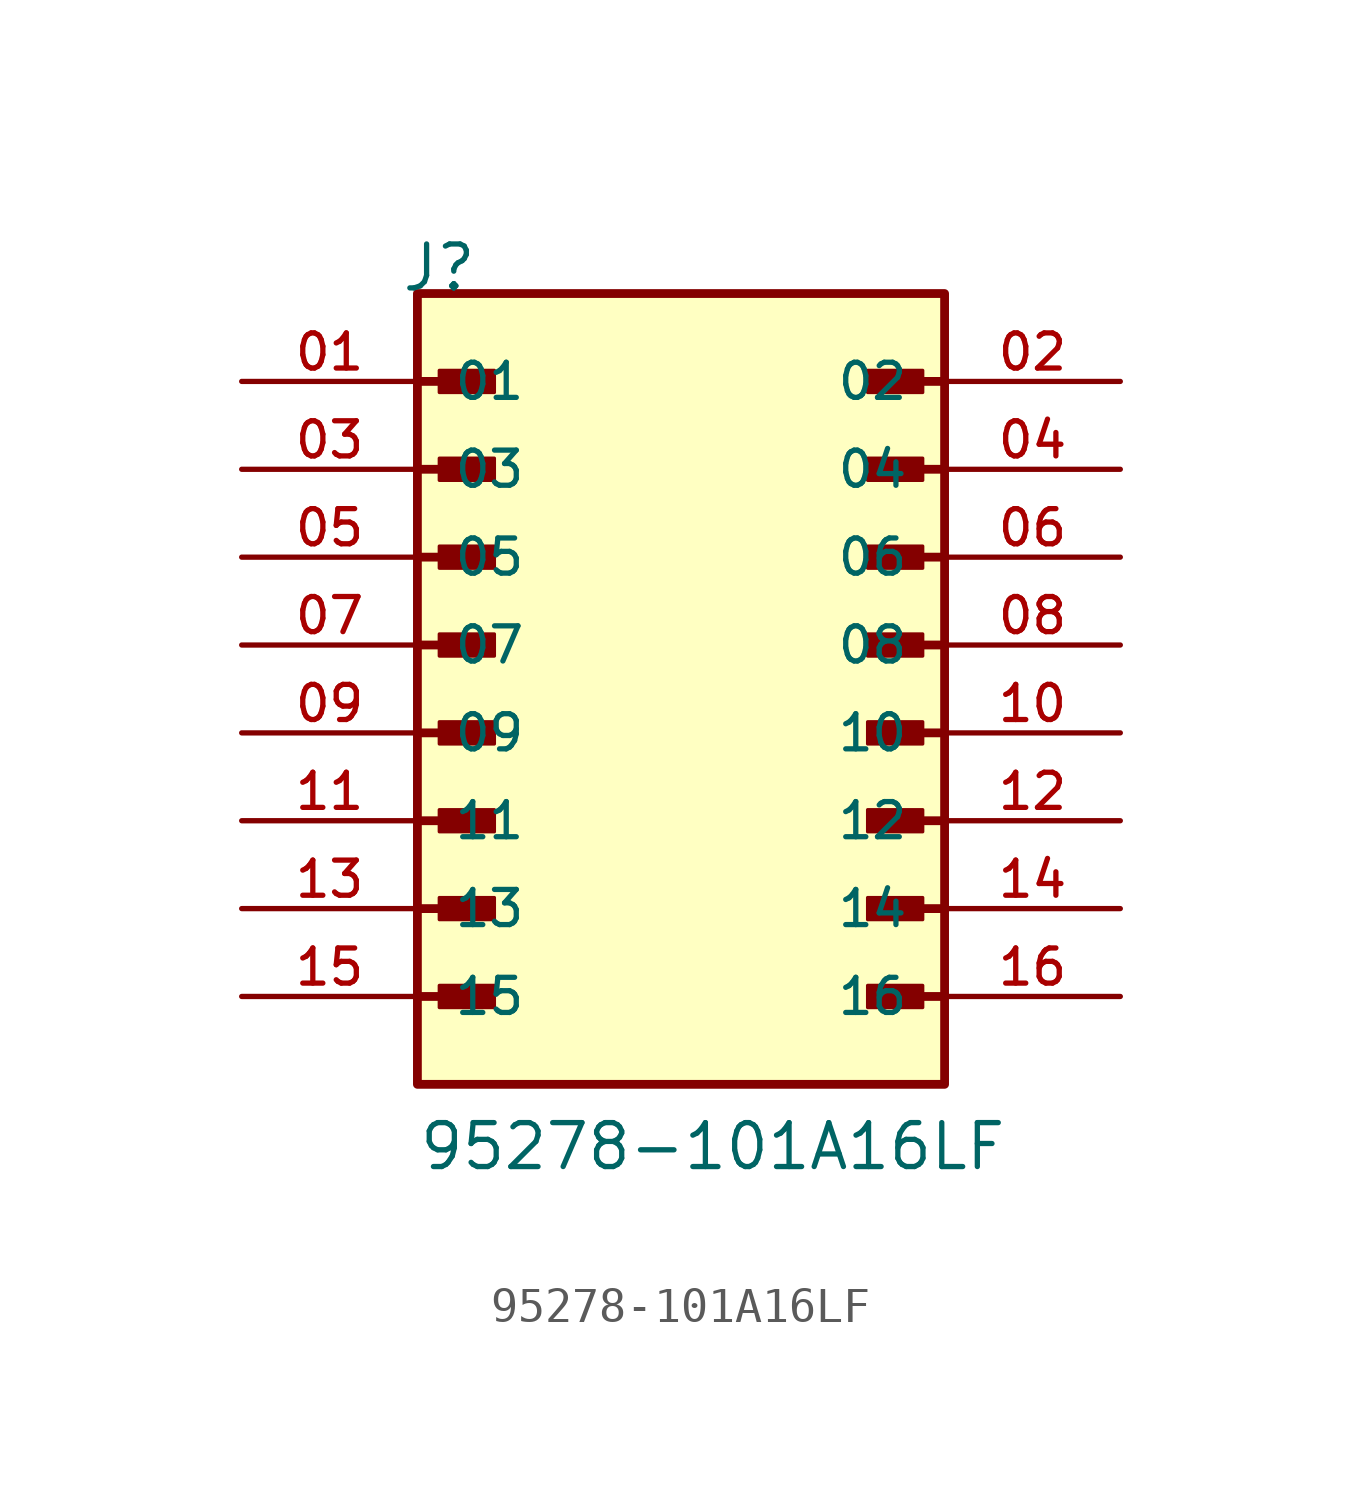
<source format=kicad_sym>
(kicad_symbol_lib
  (version 20211014)
  (generator kicad_symbol_editor)
  (symbol "95278-101A16LF"
    (pin_names
      (offset 1.016))
    (property "Reference" "J"
      (at -8.12 12.7 0)
      (effects (font (size 1.27 1.27)) (justify bottom left)))
    (property "Value" "95278-101A16LF"
      (at -7.62 -12.7 0)
      (effects (font (size 1.27 1.27)) (justify bottom left)))
    (symbol "95278-101A16LF_0_0"
      (polyline (pts (xy -7.62 10.16) (xy -5.715 10.16)) (stroke (width 0.254)))
      (rectangle (start -6.985 9.842) (end -5.397 10.477) (stroke (width 0.1)) (fill (type outline)))
      (polyline (pts (xy 7.62 10.16) (xy 5.715 10.16)) (stroke (width 0.254)))
      (rectangle (start 5.397 9.842) (end 6.985 10.477) (stroke (width 0.1)) (fill (type outline)))
      (polyline (pts (xy -7.62 7.62) (xy -5.715 7.62)) (stroke (width 0.254)))
      (rectangle (start -6.985 7.303) (end -5.397 7.938) (stroke (width 0.1)) (fill (type outline)))
      (polyline (pts (xy 7.62 7.62) (xy 5.715 7.62)) (stroke (width 0.254)))
      (rectangle (start 5.397 7.303) (end 6.985 7.938) (stroke (width 0.1)) (fill (type outline)))
      (polyline (pts (xy -7.62 5.08) (xy -5.715 5.08)) (stroke (width 0.254)))
      (rectangle (start -6.985 4.763) (end -5.397 5.397) (stroke (width 0.1)) (fill (type outline)))
      (polyline (pts (xy 7.62 5.08) (xy 5.715 5.08)) (stroke (width 0.254)))
      (rectangle (start 5.397 4.763) (end 6.985 5.397) (stroke (width 0.1)) (fill (type outline)))
      (polyline (pts (xy -7.62 2.54) (xy -5.715 2.54)) (stroke (width 0.254)))
      (rectangle (start -6.985 2.223) (end -5.397 2.857) (stroke (width 0.1)) (fill (type outline)))
      (polyline (pts (xy 7.62 2.54) (xy 5.715 2.54)) (stroke (width 0.254)))
      (rectangle (start 5.397 2.223) (end 6.985 2.857) (stroke (width 0.1)) (fill (type outline)))
      (polyline (pts (xy -7.62 0.0) (xy -5.715 0.0)) (stroke (width 0.254)))
      (rectangle (start -6.985 -0.318) (end -5.397 0.318) (stroke (width 0.1)) (fill (type outline)))
      (polyline (pts (xy 7.62 0.0) (xy 5.715 0.0)) (stroke (width 0.254)))
      (rectangle (start 5.397 -0.318) (end 6.985 0.318) (stroke (width 0.1)) (fill (type outline)))
      (polyline (pts (xy -7.62 -2.54) (xy -5.715 -2.54)) (stroke (width 0.254)))
      (rectangle (start -6.985 -2.857) (end -5.397 -2.223) (stroke (width 0.1)) (fill (type outline)))
      (polyline (pts (xy 7.62 -2.54) (xy 5.715 -2.54)) (stroke (width 0.254)))
      (rectangle (start 5.397 -2.857) (end 6.985 -2.223) (stroke (width 0.1)) (fill (type outline)))
      (polyline (pts (xy -7.62 -5.08) (xy -5.715 -5.08)) (stroke (width 0.254)))
      (rectangle (start -6.985 -5.397) (end -5.397 -4.763) (stroke (width 0.1)) (fill (type outline)))
      (polyline (pts (xy 7.62 -5.08) (xy 5.715 -5.08)) (stroke (width 0.254)))
      (rectangle (start 5.397 -5.397) (end 6.985 -4.763) (stroke (width 0.1)) (fill (type outline)))
      (polyline (pts (xy -7.62 -7.62) (xy -5.715 -7.62)) (stroke (width 0.254)))
      (rectangle (start -6.985 -7.938) (end -5.397 -7.303) (stroke (width 0.1)) (fill (type outline)))
      (polyline (pts (xy 7.62 -7.62) (xy 5.715 -7.62)) (stroke (width 0.254)))
      (rectangle (start 5.397 -7.938) (end 6.985 -7.303) (stroke (width 0.1)) (fill (type outline)))
      (rectangle (start -7.62 -10.16) (end 7.62 12.7) (stroke (width 0.254)) (fill (type background)))
      (pin passive line (at -12.7 10.16 0) (length 5.08) (name "01" (effects (font (size 1.016 1.016)))) (number "01" (effects (font (size 1.016 1.016)))))
      (pin passive line (at 12.7 10.16 180.0) (length 5.08) (name "02" (effects (font (size 1.016 1.016)))) (number "02" (effects (font (size 1.016 1.016)))))
      (pin passive line (at -12.7 7.62 0) (length 5.08) (name "03" (effects (font (size 1.016 1.016)))) (number "03" (effects (font (size 1.016 1.016)))))
      (pin passive line (at 12.7 7.62 180.0) (length 5.08) (name "04" (effects (font (size 1.016 1.016)))) (number "04" (effects (font (size 1.016 1.016)))))
      (pin passive line (at -12.7 5.08 0) (length 5.08) (name "05" (effects (font (size 1.016 1.016)))) (number "05" (effects (font (size 1.016 1.016)))))
      (pin passive line (at 12.7 5.08 180.0) (length 5.08) (name "06" (effects (font (size 1.016 1.016)))) (number "06" (effects (font (size 1.016 1.016)))))
      (pin passive line (at -12.7 2.54 0) (length 5.08) (name "07" (effects (font (size 1.016 1.016)))) (number "07" (effects (font (size 1.016 1.016)))))
      (pin passive line (at 12.7 2.54 180.0) (length 5.08) (name "08" (effects (font (size 1.016 1.016)))) (number "08" (effects (font (size 1.016 1.016)))))
      (pin passive line (at -12.7 0.0 0) (length 5.08) (name "09" (effects (font (size 1.016 1.016)))) (number "09" (effects (font (size 1.016 1.016)))))
      (pin passive line (at 12.7 0.0 180.0) (length 5.08) (name "10" (effects (font (size 1.016 1.016)))) (number "10" (effects (font (size 1.016 1.016)))))
      (pin passive line (at -12.7 -2.54 0) (length 5.08) (name "11" (effects (font (size 1.016 1.016)))) (number "11" (effects (font (size 1.016 1.016)))))
      (pin passive line (at 12.7 -2.54 180.0) (length 5.08) (name "12" (effects (font (size 1.016 1.016)))) (number "12" (effects (font (size 1.016 1.016)))))
      (pin passive line (at -12.7 -5.08 0) (length 5.08) (name "13" (effects (font (size 1.016 1.016)))) (number "13" (effects (font (size 1.016 1.016)))))
      (pin passive line (at 12.7 -5.08 180.0) (length 5.08) (name "14" (effects (font (size 1.016 1.016)))) (number "14" (effects (font (size 1.016 1.016)))))
      (pin passive line (at -12.7 -7.62 0) (length 5.08) (name "15" (effects (font (size 1.016 1.016)))) (number "15" (effects (font (size 1.016 1.016)))))
      (pin passive line (at 12.7 -7.62 180.0) (length 5.08) (name "16" (effects (font (size 1.016 1.016)))) (number "16" (effects (font (size 1.016 1.016))))))))
</source>
